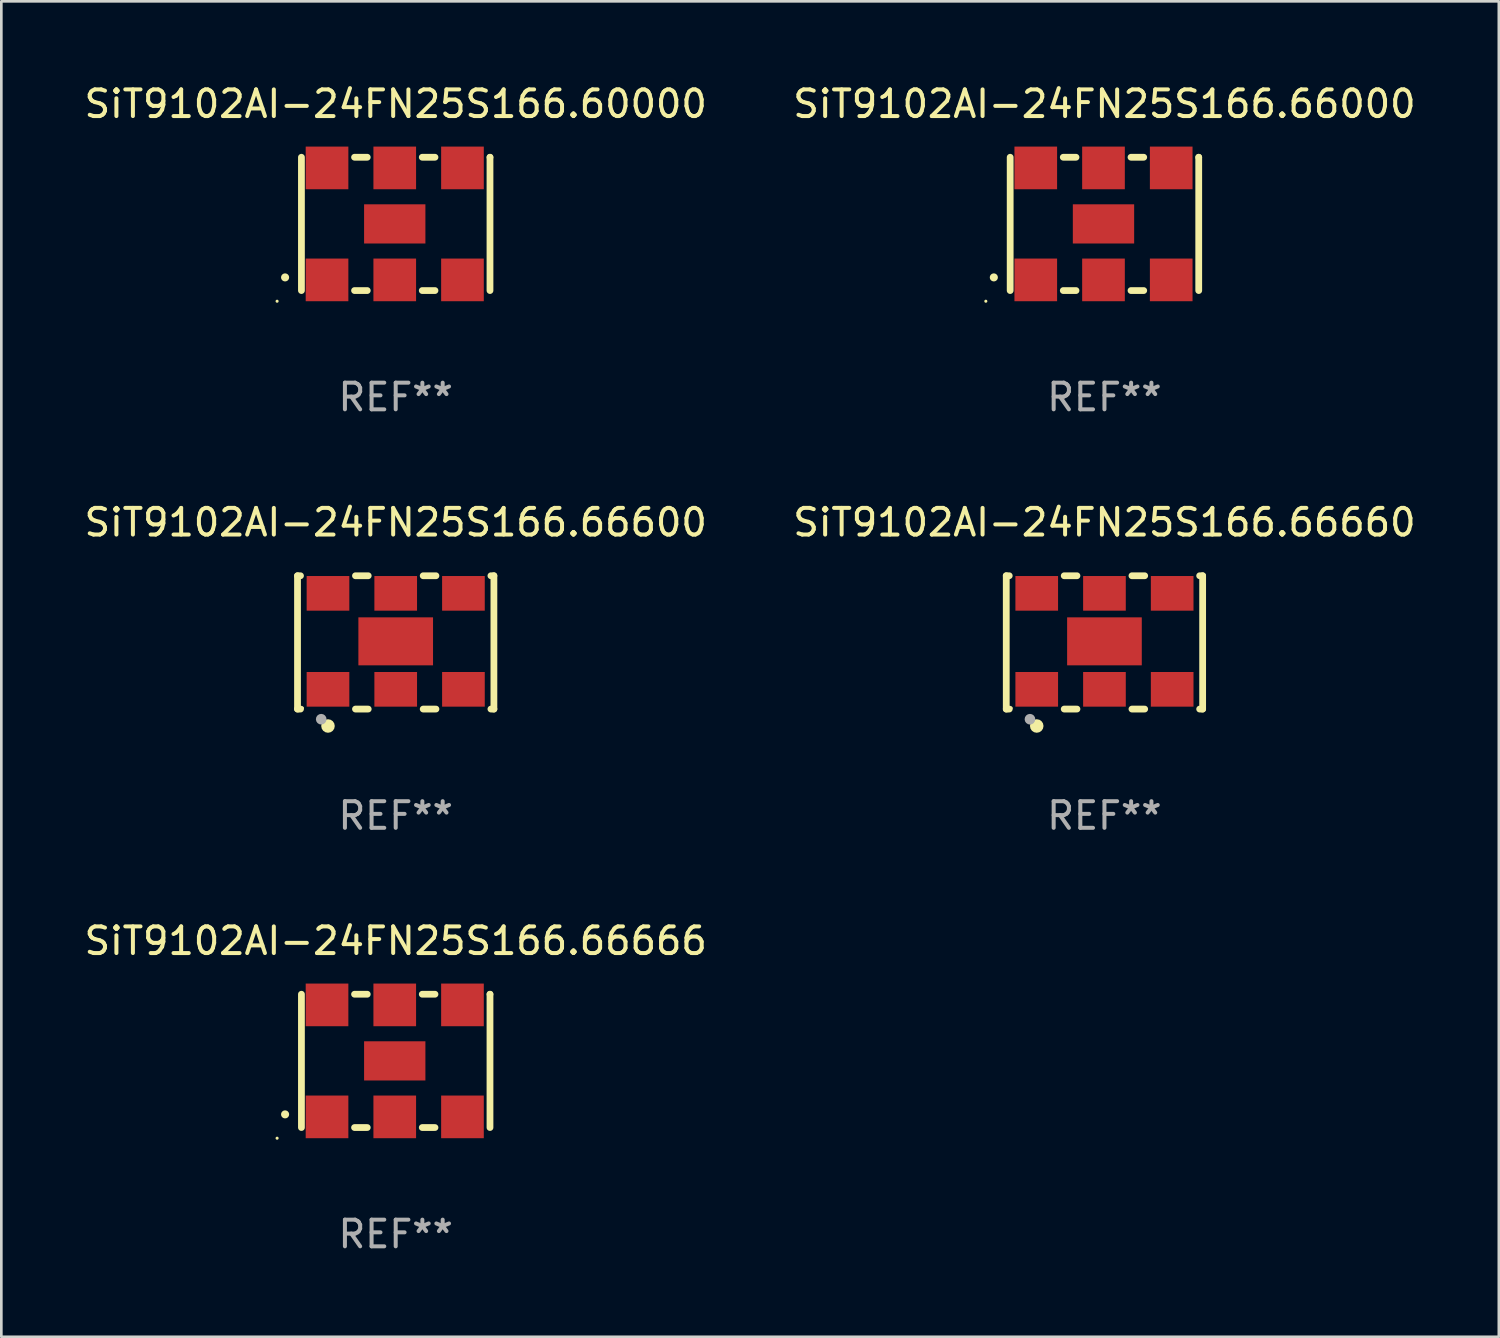
<source format=kicad_pcb>
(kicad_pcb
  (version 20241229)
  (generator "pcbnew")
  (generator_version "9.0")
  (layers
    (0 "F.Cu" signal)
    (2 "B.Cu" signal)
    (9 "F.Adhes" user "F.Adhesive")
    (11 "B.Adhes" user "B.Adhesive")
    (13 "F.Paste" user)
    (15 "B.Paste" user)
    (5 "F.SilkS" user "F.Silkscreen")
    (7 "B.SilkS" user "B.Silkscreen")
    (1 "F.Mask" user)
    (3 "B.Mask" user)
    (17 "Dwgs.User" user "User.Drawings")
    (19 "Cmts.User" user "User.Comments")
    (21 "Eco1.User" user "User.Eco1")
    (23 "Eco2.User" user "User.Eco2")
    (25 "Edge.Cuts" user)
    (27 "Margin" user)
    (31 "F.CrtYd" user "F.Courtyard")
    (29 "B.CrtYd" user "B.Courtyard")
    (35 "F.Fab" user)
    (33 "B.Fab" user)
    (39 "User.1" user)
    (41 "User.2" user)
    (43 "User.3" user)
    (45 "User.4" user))
  (footprint "SiT9102AI-24FN25S166.66000"
    (layer "F.Cu")
    (at 38.375 5.348)
    (property "Reference" "SiT9102AI-24FN25S166.66000" (at 0 -4.5 0) (layer "F.SilkS") (effects (font (size 1 1) (thickness 0.15))))
    (attr through_hole)
    (fp_line (start -3.536 -2.5) (end -3.536 2.5) (stroke (width 0.254) (type solid)) (layer "F.SilkS"))
    (fp_line (start -1.544 2.5) (end -1.067 2.5) (stroke (width 0.254) (type solid)) (layer "F.SilkS"))
    (fp_line (start -1.067 -2.5) (end -1.544 -2.5) (stroke (width 0.254) (type solid)) (layer "F.SilkS"))
    (fp_line (start 0.996 2.5) (end 1.473 2.5) (stroke (width 0.254) (type solid)) (layer "F.SilkS"))
    (fp_line (start 1.473 -2.5) (end 0.996 -2.5) (stroke (width 0.254) (type solid)) (layer "F.SilkS"))
    (fp_line (start 3.536 -2.5) (end 3.536 -2.5) (stroke (width 0.254) (type solid)) (layer "F.SilkS"))
    (fp_line (start 3.536 2.5) (end 3.536 -2.5) (stroke (width 0.254) (type solid)) (layer "F.SilkS"))
    (fp_arc (start -4.150432 2.006604) (mid -4.149162 2.006599) (end -4.147892 2.006604) (stroke (width 0.3) (type solid)) (layer "F.SilkS"))
    (fp_circle (center -4.449 2.9) (end -4.419 2.9) (stroke (width 0.06) (type solid)) (fill no) (layer "F.SilkS"))
    (fp_text user "REF**" (at 0 6.5 0) (layer "F.Fab") (effects (font (size 1 1) (thickness 0.15))))
    (pad "1" smd rect (at -2.576 2.1) (size 1.6 1.6) (layers "F.Cu" "F.Mask" "F.Paste"))
    (pad "2" smd rect (at -0.036 2.1) (size 1.6 1.6) (layers "F.Cu" "F.Mask" "F.Paste"))
    (pad "3" smd rect (at 2.504 2.1) (size 1.6 1.6) (layers "F.Cu" "F.Mask" "F.Paste"))
    (pad "4" smd rect (at 2.504 -2.1) (size 1.6 1.6) (layers "F.Cu" "F.Mask" "F.Paste"))
    (pad "5" smd rect (at -0.036 -2.1) (size 1.6 1.6) (layers "F.Cu" "F.Mask" "F.Paste"))
    (pad "6" smd rect (at -2.576 -2.1) (size 1.6 1.6) (layers "F.Cu" "F.Mask" "F.Paste"))
    (pad "7" smd rect (at -0.036 0) (size 2.3 1.47) (layers "F.Cu" "F.Mask" "F.Paste")))
  (footprint "SiT9102AI-24FN25S166.66660"
    (layer "F.Cu")
    (at 38.375 21.045)
    (property "Reference" "SiT9102AI-24FN25S166.66660" (at 0 -4.5 0) (layer "F.SilkS") (effects (font (size 1 1) (thickness 0.15))))
    (attr through_hole)
    (fp_line (start -3.683 -2.5) (end -3.571 -2.5) (stroke (width 0.254) (type solid)) (layer "F.SilkS"))
    (fp_line (start -3.683 2.5) (end -3.683 -2.5) (stroke (width 0.254) (type solid)) (layer "F.SilkS"))
    (fp_line (start -3.683 2.5) (end -3.571 2.5) (stroke (width 0.254) (type solid)) (layer "F.SilkS"))
    (fp_line (start -1.509 -2.5) (end -1.031 -2.5) (stroke (width 0.254) (type solid)) (layer "F.SilkS"))
    (fp_line (start -1.509 2.5) (end -1.031 2.5) (stroke (width 0.254) (type solid)) (layer "F.SilkS"))
    (fp_line (start 1.031 -2.5) (end 1.509 -2.5) (stroke (width 0.254) (type solid)) (layer "F.SilkS"))
    (fp_line (start 1.031 2.5) (end 1.509 2.5) (stroke (width 0.254) (type solid)) (layer "F.SilkS"))
    (fp_line (start 3.571 -2.5) (end 3.683 -2.5) (stroke (width 0.254) (type solid)) (layer "F.SilkS"))
    (fp_line (start 3.571 2.5) (end 3.683 2.5) (stroke (width 0.254) (type solid)) (layer "F.SilkS"))
    (fp_line (start 3.683 2.5) (end 3.683 -2.5) (stroke (width 0.254) (type solid)) (layer "F.SilkS"))
    (fp_circle (center -3.5 2.46) (end -3.47 2.46) (stroke (width 0.06) (type solid)) (fill no) (layer "F.SilkS"))
    (fp_circle (center -2.54 3.135) (end -2.413 3.135) (stroke (width 0.254) (type solid)) (fill no) (layer "F.SilkS"))
    (fp_circle (center -2.794 2.881) (end -2.694 2.881) (stroke (width 0.2) (type solid)) (fill no) (layer "F.Fab"))
    (fp_text user "REF**" (at 0 6.5 0) (layer "F.Fab") (effects (font (size 1 1) (thickness 0.15))))
    (pad "1" smd rect (at -2.54 1.76) (size 1.6 1.3) (layers "F.Cu" "F.Mask" "F.Paste"))
    (pad "2" smd rect (at 0 1.76) (size 1.6 1.3) (layers "F.Cu" "F.Mask" "F.Paste"))
    (pad "3" smd rect (at 2.54 1.76) (size 1.6 1.3) (layers "F.Cu" "F.Mask" "F.Paste"))
    (pad "4" smd rect (at 2.54 -1.84) (size 1.6 1.3) (layers "F.Cu" "F.Mask" "F.Paste"))
    (pad "5" smd rect (at 0 -1.84) (size 1.6 1.3) (layers "F.Cu" "F.Mask" "F.Paste"))
    (pad "6" smd rect (at -2.54 -1.84) (size 1.6 1.3) (layers "F.Cu" "F.Mask" "F.Paste"))
    (pad "7" smd rect (at 0 -0.04) (size 2.8 1.8) (layers "F.Cu" "F.Mask" "F.Paste")))
  (footprint "SiT9102AI-24FN25S166.60000"
    (layer "F.Cu")
    (at 11.792 5.348)
    (property "Reference" "SiT9102AI-24FN25S166.60000" (at 0 -4.5 0) (layer "F.SilkS") (effects (font (size 1 1) (thickness 0.15))))
    (attr through_hole)
    (fp_line (start -3.536 -2.5) (end -3.536 2.5) (stroke (width 0.254) (type solid)) (layer "F.SilkS"))
    (fp_line (start -1.544 2.5) (end -1.067 2.5) (stroke (width 0.254) (type solid)) (layer "F.SilkS"))
    (fp_line (start -1.067 -2.5) (end -1.544 -2.5) (stroke (width 0.254) (type solid)) (layer "F.SilkS"))
    (fp_line (start 0.996 2.5) (end 1.473 2.5) (stroke (width 0.254) (type solid)) (layer "F.SilkS"))
    (fp_line (start 1.473 -2.5) (end 0.996 -2.5) (stroke (width 0.254) (type solid)) (layer "F.SilkS"))
    (fp_line (start 3.536 -2.5) (end 3.536 -2.5) (stroke (width 0.254) (type solid)) (layer "F.SilkS"))
    (fp_line (start 3.536 2.5) (end 3.536 -2.5) (stroke (width 0.254) (type solid)) (layer "F.SilkS"))
    (fp_arc (start -4.150432 2.006604) (mid -4.149162 2.006599) (end -4.147892 2.006604) (stroke (width 0.3) (type solid)) (layer "F.SilkS"))
    (fp_circle (center -4.449 2.9) (end -4.419 2.9) (stroke (width 0.06) (type solid)) (fill no) (layer "F.SilkS"))
    (fp_text user "REF**" (at 0 6.5 0) (layer "F.Fab") (effects (font (size 1 1) (thickness 0.15))))
    (pad "1" smd rect (at -2.576 2.1) (size 1.6 1.6) (layers "F.Cu" "F.Mask" "F.Paste"))
    (pad "2" smd rect (at -0.036 2.1) (size 1.6 1.6) (layers "F.Cu" "F.Mask" "F.Paste"))
    (pad "3" smd rect (at 2.504 2.1) (size 1.6 1.6) (layers "F.Cu" "F.Mask" "F.Paste"))
    (pad "4" smd rect (at 2.504 -2.1) (size 1.6 1.6) (layers "F.Cu" "F.Mask" "F.Paste"))
    (pad "5" smd rect (at -0.036 -2.1) (size 1.6 1.6) (layers "F.Cu" "F.Mask" "F.Paste"))
    (pad "6" smd rect (at -2.576 -2.1) (size 1.6 1.6) (layers "F.Cu" "F.Mask" "F.Paste"))
    (pad "7" smd rect (at -0.036 0) (size 2.3 1.47) (layers "F.Cu" "F.Mask" "F.Paste")))
  (footprint "SiT9102AI-24FN25S166.66666"
    (layer "F.Cu")
    (at 11.792 36.741)
    (property "Reference" "SiT9102AI-24FN25S166.66666" (at 0 -4.5 0) (layer "F.SilkS") (effects (font (size 1 1) (thickness 0.15))))
    (attr through_hole)
    (fp_line (start -3.536 -2.5) (end -3.536 2.5) (stroke (width 0.254) (type solid)) (layer "F.SilkS"))
    (fp_line (start -1.544 2.5) (end -1.067 2.5) (stroke (width 0.254) (type solid)) (layer "F.SilkS"))
    (fp_line (start -1.067 -2.5) (end -1.544 -2.5) (stroke (width 0.254) (type solid)) (layer "F.SilkS"))
    (fp_line (start 0.996 2.5) (end 1.473 2.5) (stroke (width 0.254) (type solid)) (layer "F.SilkS"))
    (fp_line (start 1.473 -2.5) (end 0.996 -2.5) (stroke (width 0.254) (type solid)) (layer "F.SilkS"))
    (fp_line (start 3.536 -2.5) (end 3.536 -2.5) (stroke (width 0.254) (type solid)) (layer "F.SilkS"))
    (fp_line (start 3.536 2.5) (end 3.536 -2.5) (stroke (width 0.254) (type solid)) (layer "F.SilkS"))
    (fp_arc (start -4.150432 2.006604) (mid -4.149162 2.006599) (end -4.147892 2.006604) (stroke (width 0.3) (type solid)) (layer "F.SilkS"))
    (fp_circle (center -4.449 2.9) (end -4.419 2.9) (stroke (width 0.06) (type solid)) (fill no) (layer "F.SilkS"))
    (fp_text user "REF**" (at 0 6.5 0) (layer "F.Fab") (effects (font (size 1 1) (thickness 0.15))))
    (pad "1" smd rect (at -2.576 2.1) (size 1.6 1.6) (layers "F.Cu" "F.Mask" "F.Paste"))
    (pad "2" smd rect (at -0.036 2.1) (size 1.6 1.6) (layers "F.Cu" "F.Mask" "F.Paste"))
    (pad "3" smd rect (at 2.504 2.1) (size 1.6 1.6) (layers "F.Cu" "F.Mask" "F.Paste"))
    (pad "4" smd rect (at 2.504 -2.1) (size 1.6 1.6) (layers "F.Cu" "F.Mask" "F.Paste"))
    (pad "5" smd rect (at -0.036 -2.1) (size 1.6 1.6) (layers "F.Cu" "F.Mask" "F.Paste"))
    (pad "6" smd rect (at -2.576 -2.1) (size 1.6 1.6) (layers "F.Cu" "F.Mask" "F.Paste"))
    (pad "7" smd rect (at -0.036 0) (size 2.3 1.47) (layers "F.Cu" "F.Mask" "F.Paste")))
  (footprint "SiT9102AI-24FN25S166.66600"
    (layer "F.Cu")
    (at 11.792 21.045)
    (property "Reference" "SiT9102AI-24FN25S166.66600" (at 0 -4.5 0) (layer "F.SilkS") (effects (font (size 1 1) (thickness 0.15))))
    (attr through_hole)
    (fp_line (start -3.683 -2.5) (end -3.571 -2.5) (stroke (width 0.254) (type solid)) (layer "F.SilkS"))
    (fp_line (start -3.683 2.5) (end -3.683 -2.5) (stroke (width 0.254) (type solid)) (layer "F.SilkS"))
    (fp_line (start -3.683 2.5) (end -3.571 2.5) (stroke (width 0.254) (type solid)) (layer "F.SilkS"))
    (fp_line (start -1.509 -2.5) (end -1.031 -2.5) (stroke (width 0.254) (type solid)) (layer "F.SilkS"))
    (fp_line (start -1.509 2.5) (end -1.031 2.5) (stroke (width 0.254) (type solid)) (layer "F.SilkS"))
    (fp_line (start 1.031 -2.5) (end 1.509 -2.5) (stroke (width 0.254) (type solid)) (layer "F.SilkS"))
    (fp_line (start 1.031 2.5) (end 1.509 2.5) (stroke (width 0.254) (type solid)) (layer "F.SilkS"))
    (fp_line (start 3.571 -2.5) (end 3.683 -2.5) (stroke (width 0.254) (type solid)) (layer "F.SilkS"))
    (fp_line (start 3.571 2.5) (end 3.683 2.5) (stroke (width 0.254) (type solid)) (layer "F.SilkS"))
    (fp_line (start 3.683 2.5) (end 3.683 -2.5) (stroke (width 0.254) (type solid)) (layer "F.SilkS"))
    (fp_circle (center -3.5 2.46) (end -3.47 2.46) (stroke (width 0.06) (type solid)) (fill no) (layer "F.SilkS"))
    (fp_circle (center -2.54 3.135) (end -2.413 3.135) (stroke (width 0.254) (type solid)) (fill no) (layer "F.SilkS"))
    (fp_circle (center -2.794 2.881) (end -2.694 2.881) (stroke (width 0.2) (type solid)) (fill no) (layer "F.Fab"))
    (fp_text user "REF**" (at 0 6.5 0) (layer "F.Fab") (effects (font (size 1 1) (thickness 0.15))))
    (pad "1" smd rect (at -2.54 1.76) (size 1.6 1.3) (layers "F.Cu" "F.Mask" "F.Paste"))
    (pad "2" smd rect (at 0 1.76) (size 1.6 1.3) (layers "F.Cu" "F.Mask" "F.Paste"))
    (pad "3" smd rect (at 2.54 1.76) (size 1.6 1.3) (layers "F.Cu" "F.Mask" "F.Paste"))
    (pad "4" smd rect (at 2.54 -1.84) (size 1.6 1.3) (layers "F.Cu" "F.Mask" "F.Paste"))
    (pad "5" smd rect (at 0 -1.84) (size 1.6 1.3) (layers "F.Cu" "F.Mask" "F.Paste"))
    (pad "6" smd rect (at -2.54 -1.84) (size 1.6 1.3) (layers "F.Cu" "F.Mask" "F.Paste"))
    (pad "7" smd rect (at 0 -0.04) (size 2.8 1.8) (layers "F.Cu" "F.Mask" "F.Paste")))
  (gr_rect
    (start -3 -3)
    (end 53.167 47.09)
    (stroke (width 0.1) (type default))
    (fill no)
    (layer "Edge.Cuts")))
</source>
